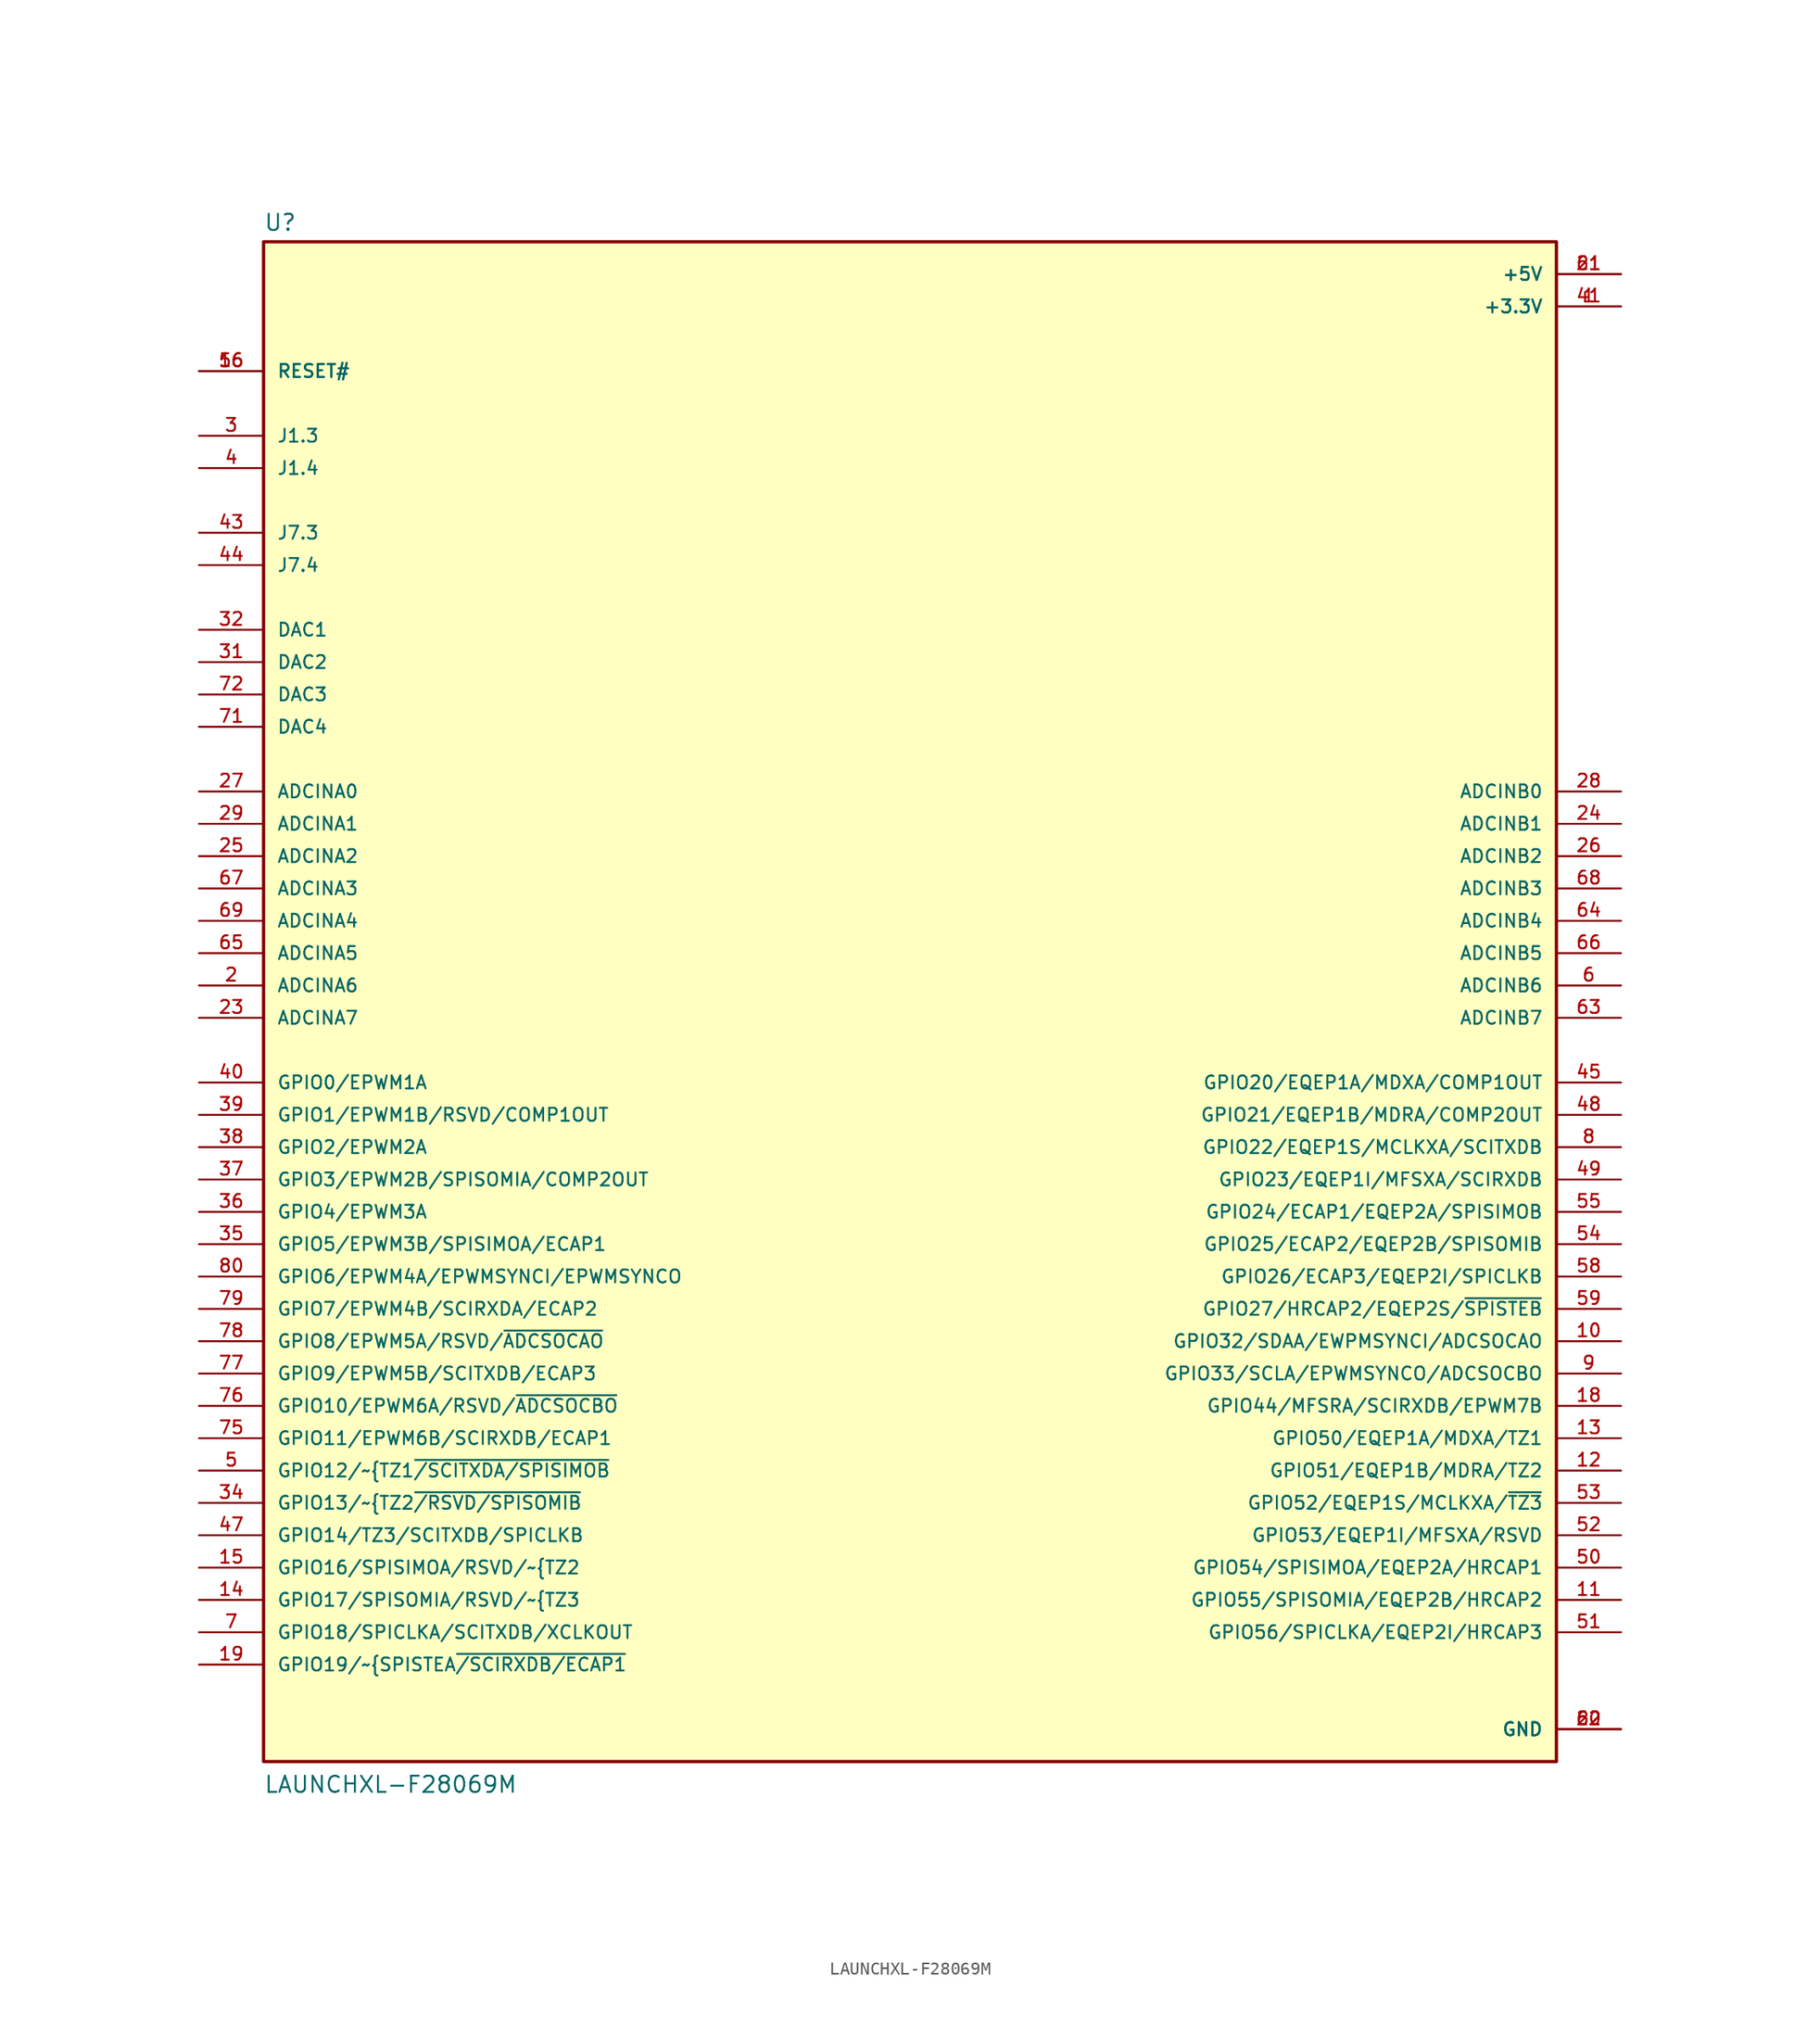
<source format=kicad_sym>
(kicad_symbol_lib
  (version 20211014)
  (generator kicad_symbol_editor)
  (symbol "LAUNCHXL-F28069M"
    (pin_names
      (offset 1.016))
    (property "Reference" "U"
      (at -50.8 59.182 0)
      (effects (font (size 1.27 1.27)) (justify bottom left)))
    (property "Value" "LAUNCHXL-F28069M"
      (at -50.8 -63.5 0)
      (effects (font (size 1.27 1.27)) (justify bottom left)))
    (symbol "LAUNCHXL-F28069M_0_0"
      (rectangle (start -50.8 -60.96) (end 50.8 58.42) (stroke (width 0.254)) (fill (type background)))
      (pin power_in line (at 55.88 53.34 180.0) (length 5.08) (name "+3.3V" (effects (font (size 1.016 1.016)))) (number "1" (effects (font (size 1.016 1.016)))))
      (pin power_in line (at 55.88 53.34 180.0) (length 5.08) (name "+3.3V" (effects (font (size 1.016 1.016)))) (number "41" (effects (font (size 1.016 1.016)))))
      (pin input line (at 55.88 0.0 180.0) (length 5.08) (name "ADCINB6" (effects (font (size 1.016 1.016)))) (number "6" (effects (font (size 1.016 1.016)))))
      (pin passive line (at -55.88 43.18 0) (length 5.08) (name "J1.3" (effects (font (size 1.016 1.016)))) (number "3" (effects (font (size 1.016 1.016)))))
      (pin passive line (at -55.88 40.64 0) (length 5.08) (name "J1.4" (effects (font (size 1.016 1.016)))) (number "4" (effects (font (size 1.016 1.016)))))
      (pin bidirectional line (at -55.88 -38.1 0) (length 5.08) (name "GPIO12/~{TZ1~{/SCITXDA/SPISIMOB}" (effects (font (size 1.016 1.016)))) (number "5" (effects (font (size 1.016 1.016)))))
      (pin bidirectional line (at -55.88 -50.8 0) (length 5.08) (name "GPIO18/SPICLKA/SCITXDB/XCLKOUT" (effects (font (size 1.016 1.016)))) (number "7" (effects (font (size 1.016 1.016)))))
      (pin input line (at -55.88 0.0 0) (length 5.08) (name "ADCINA6" (effects (font (size 1.016 1.016)))) (number "2" (effects (font (size 1.016 1.016)))))
      (pin bidirectional line (at 55.88 -12.7 180.0) (length 5.08) (name "GPIO22/EQEP1S/MCLKXA/SCITXDB" (effects (font (size 1.016 1.016)))) (number "8" (effects (font (size 1.016 1.016)))))
      (pin bidirectional line (at 55.88 -30.48 180.0) (length 5.08) (name "GPIO33/SCLA/EPWMSYNCO/ADCSOCBO" (effects (font (size 1.016 1.016)))) (number "9" (effects (font (size 1.016 1.016)))))
      (pin bidirectional line (at 55.88 -27.94 180.0) (length 5.08) (name "GPIO32/SDAA/EWPMSYNCI/ADCSOCAO" (effects (font (size 1.016 1.016)))) (number "10" (effects (font (size 1.016 1.016)))))
      (pin input line (at 55.88 12.7 180.0) (length 5.08) (name "ADCINB1" (effects (font (size 1.016 1.016)))) (number "24" (effects (font (size 1.016 1.016)))))
      (pin input line (at 55.88 10.16 180.0) (length 5.08) (name "ADCINB2" (effects (font (size 1.016 1.016)))) (number "26" (effects (font (size 1.016 1.016)))))
      (pin input line (at 55.88 15.24 180.0) (length 5.08) (name "ADCINB0" (effects (font (size 1.016 1.016)))) (number "28" (effects (font (size 1.016 1.016)))))
      (pin input line (at -55.88 12.7 0) (length 5.08) (name "ADCINA1" (effects (font (size 1.016 1.016)))) (number "29" (effects (font (size 1.016 1.016)))))
      (pin input line (at -55.88 10.16 0) (length 5.08) (name "ADCINA2" (effects (font (size 1.016 1.016)))) (number "25" (effects (font (size 1.016 1.016)))))
      (pin input line (at -55.88 15.24 0) (length 5.08) (name "ADCINA0" (effects (font (size 1.016 1.016)))) (number "27" (effects (font (size 1.016 1.016)))))
      (pin input line (at -55.88 -2.54 0) (length 5.08) (name "ADCINA7" (effects (font (size 1.016 1.016)))) (number "23" (effects (font (size 1.016 1.016)))))
      (pin power_in line (at 55.88 -58.42 180.0) (length 5.08) (name "GND" (effects (font (size 1.016 1.016)))) (number "22" (effects (font (size 1.016 1.016)))))
      (pin power_in line (at 55.88 -58.42 180.0) (length 5.08) (name "GND" (effects (font (size 1.016 1.016)))) (number "60" (effects (font (size 1.016 1.016)))))
      (pin power_in line (at 55.88 -58.42 180.0) (length 5.08) (name "GND" (effects (font (size 1.016 1.016)))) (number "62" (effects (font (size 1.016 1.016)))))
      (pin power_in line (at 55.88 55.88 180.0) (length 5.08) (name "+5V" (effects (font (size 1.016 1.016)))) (number "21" (effects (font (size 1.016 1.016)))))
      (pin power_in line (at 55.88 55.88 180.0) (length 5.08) (name "+5V" (effects (font (size 1.016 1.016)))) (number "61" (effects (font (size 1.016 1.016)))))
      (pin bidirectional line (at -55.88 -7.62 0) (length 5.08) (name "GPIO0/EPWM1A" (effects (font (size 1.016 1.016)))) (number "40" (effects (font (size 1.016 1.016)))))
      (pin bidirectional line (at -55.88 -10.16 0) (length 5.08) (name "GPIO1/EPWM1B/RSVD/COMP1OUT" (effects (font (size 1.016 1.016)))) (number "39" (effects (font (size 1.016 1.016)))))
      (pin bidirectional line (at -55.88 -12.7 0) (length 5.08) (name "GPIO2/EPWM2A" (effects (font (size 1.016 1.016)))) (number "38" (effects (font (size 1.016 1.016)))))
      (pin bidirectional line (at -55.88 -15.24 0) (length 5.08) (name "GPIO3/EPWM2B/SPISOMIA/COMP2OUT" (effects (font (size 1.016 1.016)))) (number "37" (effects (font (size 1.016 1.016)))))
      (pin bidirectional line (at -55.88 -17.78 0) (length 5.08) (name "GPIO4/EPWM3A" (effects (font (size 1.016 1.016)))) (number "36" (effects (font (size 1.016 1.016)))))
      (pin bidirectional line (at -55.88 -20.32 0) (length 5.08) (name "GPIO5/EPWM3B/SPISIMOA/ECAP1" (effects (font (size 1.016 1.016)))) (number "35" (effects (font (size 1.016 1.016)))))
      (pin bidirectional line (at -55.88 -40.64 0) (length 5.08) (name "GPIO13/~{TZ2~{/RSVD/SPISOMIB}" (effects (font (size 1.016 1.016)))) (number "34" (effects (font (size 1.016 1.016)))))
      (pin bidirectional line (at -55.88 -53.34 0) (length 5.08) (name "GPIO19/~{SPISTEA~{/SCIRXDB/ECAP1}" (effects (font (size 1.016 1.016)))) (number "19" (effects (font (size 1.016 1.016)))))
      (pin bidirectional line (at 55.88 -33.02 180.0) (length 5.08) (name "GPIO44/MFSRA/SCIRXDB/EPWM7B" (effects (font (size 1.016 1.016)))) (number "18" (effects (font (size 1.016 1.016)))))
      (pin input line (at -55.88 48.26 0) (length 5.08) (name "RESET#" (effects (font (size 1.016 1.016)))) (number "16" (effects (font (size 1.016 1.016)))))
      (pin input line (at -55.88 48.26 0) (length 5.08) (name "RESET#" (effects (font (size 1.016 1.016)))) (number "56" (effects (font (size 1.016 1.016)))))
      (pin bidirectional line (at -55.88 -45.72 0) (length 5.08) (name "GPIO16/SPISIMOA/RSVD/~{TZ2~{}" (effects (font (size 1.016 1.016)))) (number "15" (effects (font (size 1.016 1.016)))))
      (pin bidirectional line (at -55.88 -48.26 0) (length 5.08) (name "GPIO17/SPISOMIA/RSVD/~{TZ3~{}" (effects (font (size 1.016 1.016)))) (number "14" (effects (font (size 1.016 1.016)))))
      (pin bidirectional line (at 55.88 -35.56 180.0) (length 5.08) (name "GPIO50/EQEP1A/MDXA/TZ1" (effects (font (size 1.016 1.016)))) (number "13" (effects (font (size 1.016 1.016)))))
      (pin bidirectional line (at 55.88 -38.1 180.0) (length 5.08) (name "GPIO51/EQEP1B/MDRA/TZ2" (effects (font (size 1.016 1.016)))) (number "12" (effects (font (size 1.016 1.016)))))
      (pin bidirectional line (at 55.88 -48.26 180.0) (length 5.08) (name "GPIO55/SPISOMIA/EQEP2B/HRCAP2" (effects (font (size 1.016 1.016)))) (number "11" (effects (font (size 1.016 1.016)))))
      (pin bidirectional line (at -55.88 27.94 0) (length 5.08) (name "DAC1" (effects (font (size 1.016 1.016)))) (number "32" (effects (font (size 1.016 1.016)))))
      (pin bidirectional line (at -55.88 25.4 0) (length 5.08) (name "DAC2" (effects (font (size 1.016 1.016)))) (number "31" (effects (font (size 1.016 1.016)))))
      (pin passive line (at -55.88 35.56 0) (length 5.08) (name "J7.3" (effects (font (size 1.016 1.016)))) (number "43" (effects (font (size 1.016 1.016)))))
      (pin passive line (at -55.88 33.02 0) (length 5.08) (name "J7.4" (effects (font (size 1.016 1.016)))) (number "44" (effects (font (size 1.016 1.016)))))
      (pin bidirectional line (at 55.88 -7.62 180.0) (length 5.08) (name "GPIO20/EQEP1A/MDXA/COMP1OUT" (effects (font (size 1.016 1.016)))) (number "45" (effects (font (size 1.016 1.016)))))
      (pin bidirectional line (at -55.88 -43.18 0) (length 5.08) (name "GPIO14/TZ3/SCITXDB/SPICLKB" (effects (font (size 1.016 1.016)))) (number "47" (effects (font (size 1.016 1.016)))))
      (pin bidirectional line (at 55.88 -10.16 180.0) (length 5.08) (name "GPIO21/EQEP1B/MDRA/COMP2OUT" (effects (font (size 1.016 1.016)))) (number "48" (effects (font (size 1.016 1.016)))))
      (pin bidirectional line (at 55.88 -15.24 180.0) (length 5.08) (name "GPIO23/EQEP1I/MFSXA/SCIRXDB" (effects (font (size 1.016 1.016)))) (number "49" (effects (font (size 1.016 1.016)))))
      (pin bidirectional line (at 55.88 -45.72 180.0) (length 5.08) (name "GPIO54/SPISIMOA/EQEP2A/HRCAP1" (effects (font (size 1.016 1.016)))) (number "50" (effects (font (size 1.016 1.016)))))
      (pin input line (at 55.88 -2.54 180.0) (length 5.08) (name "ADCINB7" (effects (font (size 1.016 1.016)))) (number "63" (effects (font (size 1.016 1.016)))))
      (pin input line (at -55.88 7.62 0) (length 5.08) (name "ADCINA3" (effects (font (size 1.016 1.016)))) (number "67" (effects (font (size 1.016 1.016)))))
      (pin input line (at -55.88 5.08 0) (length 5.08) (name "ADCINA4" (effects (font (size 1.016 1.016)))) (number "69" (effects (font (size 1.016 1.016)))))
      (pin input line (at -55.88 2.54 0) (length 5.08) (name "ADCINA5" (effects (font (size 1.016 1.016)))) (number "65" (effects (font (size 1.016 1.016)))))
      (pin input line (at 55.88 7.62 180.0) (length 5.08) (name "ADCINB3" (effects (font (size 1.016 1.016)))) (number "68" (effects (font (size 1.016 1.016)))))
      (pin input line (at 55.88 5.08 180.0) (length 5.08) (name "ADCINB4" (effects (font (size 1.016 1.016)))) (number "64" (effects (font (size 1.016 1.016)))))
      (pin input line (at 55.88 2.54 180.0) (length 5.08) (name "ADCINB5" (effects (font (size 1.016 1.016)))) (number "66" (effects (font (size 1.016 1.016)))))
      (pin bidirectional line (at -55.88 -22.86 0) (length 5.08) (name "GPIO6/EPWM4A/EPWMSYNCI/EPWMSYNCO" (effects (font (size 1.016 1.016)))) (number "80" (effects (font (size 1.016 1.016)))))
      (pin bidirectional line (at -55.88 -25.4 0) (length 5.08) (name "GPIO7/EPWM4B/SCIRXDA/ECAP2" (effects (font (size 1.016 1.016)))) (number "79" (effects (font (size 1.016 1.016)))))
      (pin bidirectional line (at -55.88 -27.94 0) (length 5.08) (name "GPIO8/EPWM5A/RSVD/~{ADCSOCAO}" (effects (font (size 1.016 1.016)))) (number "78" (effects (font (size 1.016 1.016)))))
      (pin bidirectional line (at -55.88 -30.48 0) (length 5.08) (name "GPIO9/EPWM5B/SCITXDB/ECAP3" (effects (font (size 1.016 1.016)))) (number "77" (effects (font (size 1.016 1.016)))))
      (pin bidirectional line (at -55.88 -33.02 0) (length 5.08) (name "GPIO10/EPWM6A/RSVD/~{ADCSOCBO}" (effects (font (size 1.016 1.016)))) (number "76" (effects (font (size 1.016 1.016)))))
      (pin bidirectional line (at -55.88 -35.56 0) (length 5.08) (name "GPIO11/EPWM6B/SCIRXDB/ECAP1" (effects (font (size 1.016 1.016)))) (number "75" (effects (font (size 1.016 1.016)))))
      (pin bidirectional line (at -55.88 22.86 0) (length 5.08) (name "DAC3" (effects (font (size 1.016 1.016)))) (number "72" (effects (font (size 1.016 1.016)))))
      (pin bidirectional line (at -55.88 20.32 0) (length 5.08) (name "DAC4" (effects (font (size 1.016 1.016)))) (number "71" (effects (font (size 1.016 1.016)))))
      (pin bidirectional line (at 55.88 -25.4 180.0) (length 5.08) (name "GPIO27/HRCAP2/EQEP2S/~{SPISTEB}" (effects (font (size 1.016 1.016)))) (number "59" (effects (font (size 1.016 1.016)))))
      (pin bidirectional line (at 55.88 -22.86 180.0) (length 5.08) (name "GPIO26/ECAP3/EQEP2I/SPICLKB" (effects (font (size 1.016 1.016)))) (number "58" (effects (font (size 1.016 1.016)))))
      (pin bidirectional line (at 55.88 -17.78 180.0) (length 5.08) (name "GPIO24/ECAP1/EQEP2A/SPISIMOB" (effects (font (size 1.016 1.016)))) (number "55" (effects (font (size 1.016 1.016)))))
      (pin bidirectional line (at 55.88 -20.32 180.0) (length 5.08) (name "GPIO25/ECAP2/EQEP2B/SPISOMIB" (effects (font (size 1.016 1.016)))) (number "54" (effects (font (size 1.016 1.016)))))
      (pin bidirectional line (at 55.88 -40.64 180.0) (length 5.08) (name "GPIO52/EQEP1S/MCLKXA/~{TZ3}" (effects (font (size 1.016 1.016)))) (number "53" (effects (font (size 1.016 1.016)))))
      (pin bidirectional line (at 55.88 -43.18 180.0) (length 5.08) (name "GPIO53/EQEP1I/MFSXA/RSVD" (effects (font (size 1.016 1.016)))) (number "52" (effects (font (size 1.016 1.016)))))
      (pin bidirectional line (at 55.88 -50.8 180.0) (length 5.08) (name "GPIO56/SPICLKA/EQEP2I/HRCAP3" (effects (font (size 1.016 1.016)))) (number "51" (effects (font (size 1.016 1.016))))))))
</source>
